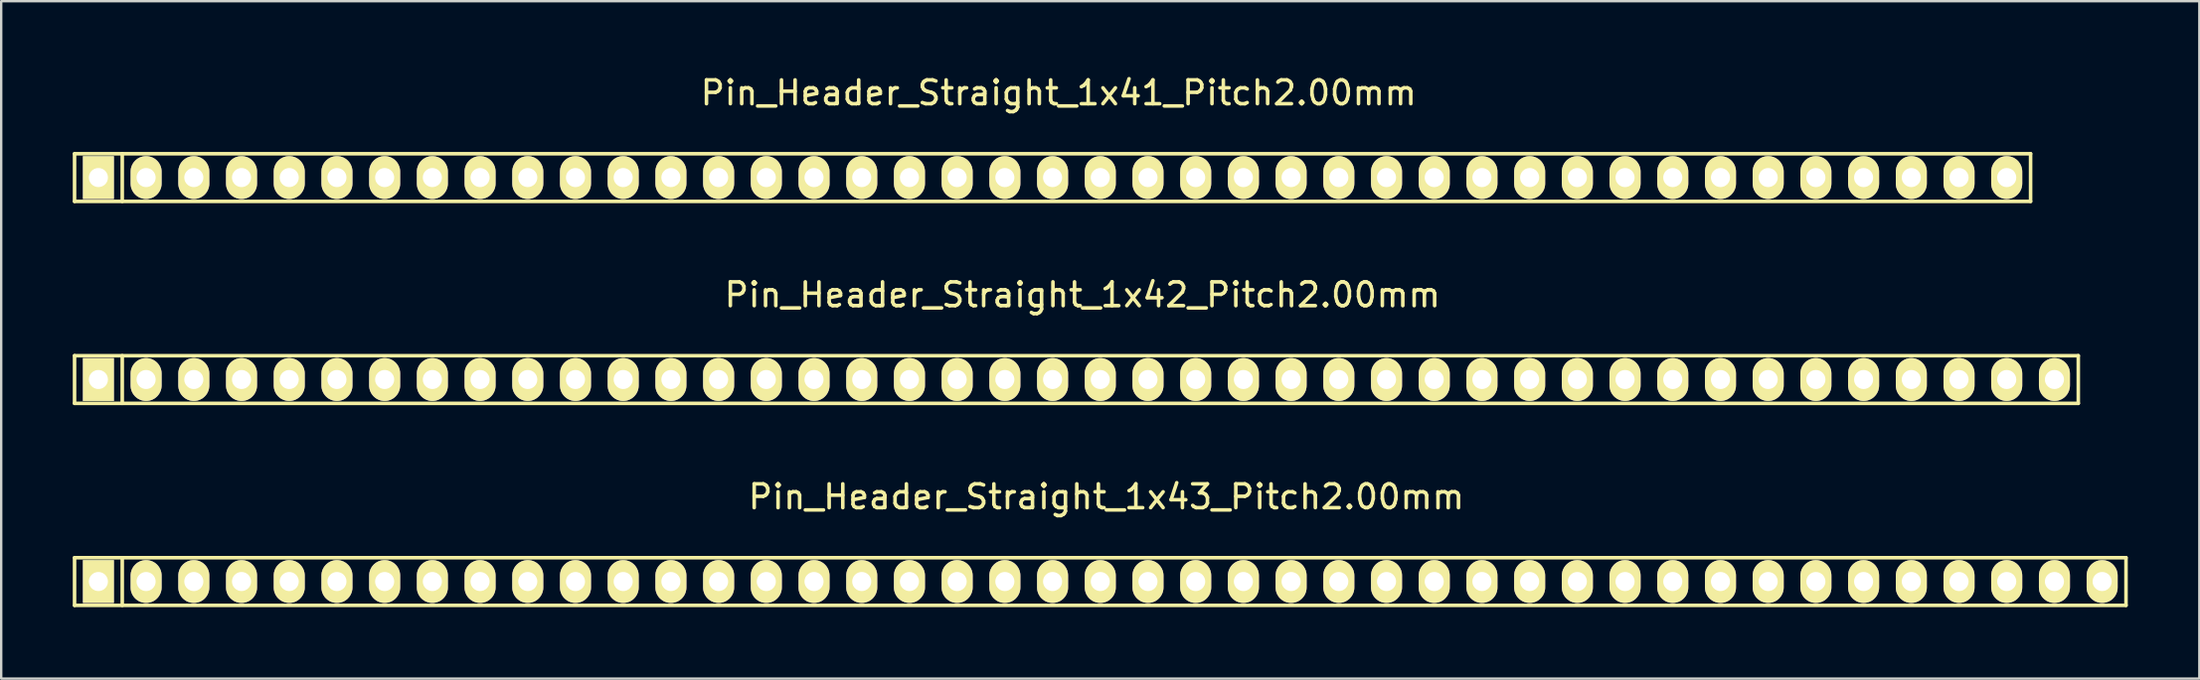
<source format=kicad_pcb>
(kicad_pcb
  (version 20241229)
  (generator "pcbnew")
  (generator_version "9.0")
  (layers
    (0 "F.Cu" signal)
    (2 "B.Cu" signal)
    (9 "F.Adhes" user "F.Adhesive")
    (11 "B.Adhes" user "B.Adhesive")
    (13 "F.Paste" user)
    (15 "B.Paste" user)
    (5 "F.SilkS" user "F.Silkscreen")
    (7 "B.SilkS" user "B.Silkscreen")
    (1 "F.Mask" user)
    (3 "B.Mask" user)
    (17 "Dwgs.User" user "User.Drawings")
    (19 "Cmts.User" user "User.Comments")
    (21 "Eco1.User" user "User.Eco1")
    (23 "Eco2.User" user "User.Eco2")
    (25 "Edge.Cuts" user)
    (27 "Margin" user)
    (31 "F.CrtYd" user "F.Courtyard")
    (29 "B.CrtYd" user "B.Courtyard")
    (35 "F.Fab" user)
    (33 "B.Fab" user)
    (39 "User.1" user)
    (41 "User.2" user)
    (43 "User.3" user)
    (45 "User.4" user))
  (footprint "Pin_Header_Straight_1x43_Pitch2.00mm"
    (layer "F.Cu")
    (at 43.075 21.363)
    (property "Reference" "Pin_Header_Straight_1x43_Pitch2.00mm" (at 0.254 -3.556 0) (layer "F.SilkS") (effects (font (size 1 1) (thickness 0.15))))
    (attr through_hole)
    (fp_line (start -43 -1) (end 43 -1) (stroke (width 0.15) (type solid)) (layer "F.SilkS"))
    (fp_line (start -43 1) (end -43 -1) (stroke (width 0.15) (type solid)) (layer "F.SilkS"))
    (fp_line (start -41 -1) (end -41 1) (stroke (width 0.15) (type solid)) (layer "F.SilkS"))
    (fp_line (start 43 -1) (end 43 1) (stroke (width 0.15) (type solid)) (layer "F.SilkS"))
    (fp_line (start 43 1) (end -43 1) (stroke (width 0.15) (type solid)) (layer "F.SilkS"))
    (pad "1" thru_hole rect (at -42 0) (size 1.3 1.8) (drill 0.8) (layers "*.Cu" "*.Mask" "F.SilkS"))
    (pad "2" thru_hole oval (at -40 0) (size 1.3 1.8) (drill 0.8) (layers "*.Cu" "*.Mask" "F.SilkS"))
    (pad "3" thru_hole oval (at -38 0) (size 1.3 1.8) (drill 0.8) (layers "*.Cu" "*.Mask" "F.SilkS"))
    (pad "4" thru_hole oval (at -36 0) (size 1.3 1.8) (drill 0.8) (layers "*.Cu" "*.Mask" "F.SilkS"))
    (pad "5" thru_hole oval (at -34 0) (size 1.3 1.8) (drill 0.8) (layers "*.Cu" "*.Mask" "F.SilkS"))
    (pad "6" thru_hole oval (at -32 0) (size 1.3 1.8) (drill 0.8) (layers "*.Cu" "*.Mask" "F.SilkS"))
    (pad "7" thru_hole oval (at -30 0) (size 1.3 1.8) (drill 0.8) (layers "*.Cu" "*.Mask" "F.SilkS"))
    (pad "8" thru_hole oval (at -28 0) (size 1.3 1.8) (drill 0.8) (layers "*.Cu" "*.Mask" "F.SilkS"))
    (pad "9" thru_hole oval (at -26 0) (size 1.3 1.8) (drill 0.8) (layers "*.Cu" "*.Mask" "F.SilkS"))
    (pad "10" thru_hole oval (at -24 0) (size 1.3 1.8) (drill 0.8) (layers "*.Cu" "*.Mask" "F.SilkS"))
    (pad "11" thru_hole oval (at -22 0) (size 1.3 1.8) (drill 0.8) (layers "*.Cu" "*.Mask" "F.SilkS"))
    (pad "12" thru_hole oval (at -20 0) (size 1.3 1.8) (drill 0.8) (layers "*.Cu" "*.Mask" "F.SilkS"))
    (pad "13" thru_hole oval (at -18 0) (size 1.3 1.8) (drill 0.8) (layers "*.Cu" "*.Mask" "F.SilkS"))
    (pad "14" thru_hole oval (at -16 0) (size 1.3 1.8) (drill 0.8) (layers "*.Cu" "*.Mask" "F.SilkS"))
    (pad "15" thru_hole oval (at -14 0) (size 1.3 1.8) (drill 0.8) (layers "*.Cu" "*.Mask" "F.SilkS"))
    (pad "16" thru_hole oval (at -12 0) (size 1.3 1.8) (drill 0.8) (layers "*.Cu" "*.Mask" "F.SilkS"))
    (pad "17" thru_hole oval (at -10 0) (size 1.3 1.8) (drill 0.8) (layers "*.Cu" "*.Mask" "F.SilkS"))
    (pad "18" thru_hole oval (at -8 0) (size 1.3 1.8) (drill 0.8) (layers "*.Cu" "*.Mask" "F.SilkS"))
    (pad "19" thru_hole oval (at -6 0) (size 1.3 1.8) (drill 0.8) (layers "*.Cu" "*.Mask" "F.SilkS"))
    (pad "20" thru_hole oval (at -4 0) (size 1.3 1.8) (drill 0.8) (layers "*.Cu" "*.Mask" "F.SilkS"))
    (pad "21" thru_hole oval (at -2 0) (size 1.3 1.8) (drill 0.8) (layers "*.Cu" "*.Mask" "F.SilkS"))
    (pad "22" thru_hole oval (at 0 0) (size 1.3 1.8) (drill 0.8) (layers "*.Cu" "*.Mask" "F.SilkS"))
    (pad "23" thru_hole oval (at 2 0) (size 1.3 1.8) (drill 0.8) (layers "*.Cu" "*.Mask" "F.SilkS"))
    (pad "24" thru_hole oval (at 4 0) (size 1.3 1.8) (drill 0.8) (layers "*.Cu" "*.Mask" "F.SilkS"))
    (pad "25" thru_hole oval (at 6 0) (size 1.3 1.8) (drill 0.8) (layers "*.Cu" "*.Mask" "F.SilkS"))
    (pad "26" thru_hole oval (at 8 0) (size 1.3 1.8) (drill 0.8) (layers "*.Cu" "*.Mask" "F.SilkS"))
    (pad "27" thru_hole oval (at 10 0) (size 1.3 1.8) (drill 0.8) (layers "*.Cu" "*.Mask" "F.SilkS"))
    (pad "28" thru_hole oval (at 12 0) (size 1.3 1.8) (drill 0.8) (layers "*.Cu" "*.Mask" "F.SilkS"))
    (pad "29" thru_hole oval (at 14 0) (size 1.3 1.8) (drill 0.8) (layers "*.Cu" "*.Mask" "F.SilkS"))
    (pad "30" thru_hole oval (at 16 0) (size 1.3 1.8) (drill 0.8) (layers "*.Cu" "*.Mask" "F.SilkS"))
    (pad "31" thru_hole oval (at 18 0) (size 1.3 1.8) (drill 0.8) (layers "*.Cu" "*.Mask" "F.SilkS"))
    (pad "32" thru_hole oval (at 20 0) (size 1.3 1.8) (drill 0.8) (layers "*.Cu" "*.Mask" "F.SilkS"))
    (pad "33" thru_hole oval (at 22 0) (size 1.3 1.8) (drill 0.8) (layers "*.Cu" "*.Mask" "F.SilkS"))
    (pad "34" thru_hole oval (at 24 0) (size 1.3 1.8) (drill 0.8) (layers "*.Cu" "*.Mask" "F.SilkS"))
    (pad "35" thru_hole oval (at 26 0) (size 1.3 1.8) (drill 0.8) (layers "*.Cu" "*.Mask" "F.SilkS"))
    (pad "36" thru_hole oval (at 28 0) (size 1.3 1.8) (drill 0.8) (layers "*.Cu" "*.Mask" "F.SilkS"))
    (pad "37" thru_hole oval (at 30 0) (size 1.3 1.8) (drill 0.8) (layers "*.Cu" "*.Mask" "F.SilkS"))
    (pad "38" thru_hole oval (at 32 0) (size 1.3 1.8) (drill 0.8) (layers "*.Cu" "*.Mask" "F.SilkS"))
    (pad "39" thru_hole oval (at 34 0) (size 1.3 1.8) (drill 0.8) (layers "*.Cu" "*.Mask" "F.SilkS"))
    (pad "40" thru_hole oval (at 36 0) (size 1.3 1.8) (drill 0.8) (layers "*.Cu" "*.Mask" "F.SilkS"))
    (pad "41" thru_hole oval (at 38 0) (size 1.3 1.8) (drill 0.8) (layers "*.Cu" "*.Mask" "F.SilkS"))
    (pad "42" thru_hole oval (at 40 0) (size 1.3 1.8) (drill 0.8) (layers "*.Cu" "*.Mask" "F.SilkS"))
    (pad "43" thru_hole oval (at 42 0) (size 1.3 1.8) (drill 0.8) (layers "*.Cu" "*.Mask" "F.SilkS")))
  (footprint "Pin_Header_Straight_1x42_Pitch2.00mm"
    (layer "F.Cu")
    (at 42.075 12.883)
    (property "Reference" "Pin_Header_Straight_1x42_Pitch2.00mm" (at 0.254 -3.556 0) (layer "F.SilkS") (effects (font (size 1 1) (thickness 0.15))))
    (attr through_hole)
    (fp_line (start -42 -1) (end 42 -1) (stroke (width 0.15) (type solid)) (layer "F.SilkS"))
    (fp_line (start -42 1) (end -42 -1) (stroke (width 0.15) (type solid)) (layer "F.SilkS"))
    (fp_line (start -40 -1) (end -40 1) (stroke (width 0.15) (type solid)) (layer "F.SilkS"))
    (fp_line (start 42 -1) (end 42 1) (stroke (width 0.15) (type solid)) (layer "F.SilkS"))
    (fp_line (start 42 1) (end -42 1) (stroke (width 0.15) (type solid)) (layer "F.SilkS"))
    (pad "1" thru_hole rect (at -41 0) (size 1.3 1.8) (drill 0.8) (layers "*.Cu" "*.Mask" "F.SilkS"))
    (pad "2" thru_hole oval (at -39 0) (size 1.3 1.8) (drill 0.8) (layers "*.Cu" "*.Mask" "F.SilkS"))
    (pad "3" thru_hole oval (at -37 0) (size 1.3 1.8) (drill 0.8) (layers "*.Cu" "*.Mask" "F.SilkS"))
    (pad "4" thru_hole oval (at -35 0) (size 1.3 1.8) (drill 0.8) (layers "*.Cu" "*.Mask" "F.SilkS"))
    (pad "5" thru_hole oval (at -33 0) (size 1.3 1.8) (drill 0.8) (layers "*.Cu" "*.Mask" "F.SilkS"))
    (pad "6" thru_hole oval (at -31 0) (size 1.3 1.8) (drill 0.8) (layers "*.Cu" "*.Mask" "F.SilkS"))
    (pad "7" thru_hole oval (at -29 0) (size 1.3 1.8) (drill 0.8) (layers "*.Cu" "*.Mask" "F.SilkS"))
    (pad "8" thru_hole oval (at -27 0) (size 1.3 1.8) (drill 0.8) (layers "*.Cu" "*.Mask" "F.SilkS"))
    (pad "9" thru_hole oval (at -25 0) (size 1.3 1.8) (drill 0.8) (layers "*.Cu" "*.Mask" "F.SilkS"))
    (pad "10" thru_hole oval (at -23 0) (size 1.3 1.8) (drill 0.8) (layers "*.Cu" "*.Mask" "F.SilkS"))
    (pad "11" thru_hole oval (at -21 0) (size 1.3 1.8) (drill 0.8) (layers "*.Cu" "*.Mask" "F.SilkS"))
    (pad "12" thru_hole oval (at -19 0) (size 1.3 1.8) (drill 0.8) (layers "*.Cu" "*.Mask" "F.SilkS"))
    (pad "13" thru_hole oval (at -17 0) (size 1.3 1.8) (drill 0.8) (layers "*.Cu" "*.Mask" "F.SilkS"))
    (pad "14" thru_hole oval (at -15 0) (size 1.3 1.8) (drill 0.8) (layers "*.Cu" "*.Mask" "F.SilkS"))
    (pad "15" thru_hole oval (at -13 0) (size 1.3 1.8) (drill 0.8) (layers "*.Cu" "*.Mask" "F.SilkS"))
    (pad "16" thru_hole oval (at -11 0) (size 1.3 1.8) (drill 0.8) (layers "*.Cu" "*.Mask" "F.SilkS"))
    (pad "17" thru_hole oval (at -9 0) (size 1.3 1.8) (drill 0.8) (layers "*.Cu" "*.Mask" "F.SilkS"))
    (pad "18" thru_hole oval (at -7 0) (size 1.3 1.8) (drill 0.8) (layers "*.Cu" "*.Mask" "F.SilkS"))
    (pad "19" thru_hole oval (at -5 0) (size 1.3 1.8) (drill 0.8) (layers "*.Cu" "*.Mask" "F.SilkS"))
    (pad "20" thru_hole oval (at -3 0) (size 1.3 1.8) (drill 0.8) (layers "*.Cu" "*.Mask" "F.SilkS"))
    (pad "21" thru_hole oval (at -1 0) (size 1.3 1.8) (drill 0.8) (layers "*.Cu" "*.Mask" "F.SilkS"))
    (pad "22" thru_hole oval (at 1 0) (size 1.3 1.8) (drill 0.8) (layers "*.Cu" "*.Mask" "F.SilkS"))
    (pad "23" thru_hole oval (at 3 0) (size 1.3 1.8) (drill 0.8) (layers "*.Cu" "*.Mask" "F.SilkS"))
    (pad "24" thru_hole oval (at 5 0) (size 1.3 1.8) (drill 0.8) (layers "*.Cu" "*.Mask" "F.SilkS"))
    (pad "25" thru_hole oval (at 7 0) (size 1.3 1.8) (drill 0.8) (layers "*.Cu" "*.Mask" "F.SilkS"))
    (pad "26" thru_hole oval (at 9 0) (size 1.3 1.8) (drill 0.8) (layers "*.Cu" "*.Mask" "F.SilkS"))
    (pad "27" thru_hole oval (at 11 0) (size 1.3 1.8) (drill 0.8) (layers "*.Cu" "*.Mask" "F.SilkS"))
    (pad "28" thru_hole oval (at 13 0) (size 1.3 1.8) (drill 0.8) (layers "*.Cu" "*.Mask" "F.SilkS"))
    (pad "29" thru_hole oval (at 15 0) (size 1.3 1.8) (drill 0.8) (layers "*.Cu" "*.Mask" "F.SilkS"))
    (pad "30" thru_hole oval (at 17 0) (size 1.3 1.8) (drill 0.8) (layers "*.Cu" "*.Mask" "F.SilkS"))
    (pad "31" thru_hole oval (at 19 0) (size 1.3 1.8) (drill 0.8) (layers "*.Cu" "*.Mask" "F.SilkS"))
    (pad "32" thru_hole oval (at 21 0) (size 1.3 1.8) (drill 0.8) (layers "*.Cu" "*.Mask" "F.SilkS"))
    (pad "33" thru_hole oval (at 23 0) (size 1.3 1.8) (drill 0.8) (layers "*.Cu" "*.Mask" "F.SilkS"))
    (pad "34" thru_hole oval (at 25 0) (size 1.3 1.8) (drill 0.8) (layers "*.Cu" "*.Mask" "F.SilkS"))
    (pad "35" thru_hole oval (at 27 0) (size 1.3 1.8) (drill 0.8) (layers "*.Cu" "*.Mask" "F.SilkS"))
    (pad "36" thru_hole oval (at 29 0) (size 1.3 1.8) (drill 0.8) (layers "*.Cu" "*.Mask" "F.SilkS"))
    (pad "37" thru_hole oval (at 31 0) (size 1.3 1.8) (drill 0.8) (layers "*.Cu" "*.Mask" "F.SilkS"))
    (pad "38" thru_hole oval (at 33 0) (size 1.3 1.8) (drill 0.8) (layers "*.Cu" "*.Mask" "F.SilkS"))
    (pad "39" thru_hole oval (at 35 0) (size 1.3 1.8) (drill 0.8) (layers "*.Cu" "*.Mask" "F.SilkS"))
    (pad "40" thru_hole oval (at 37 0) (size 1.3 1.8) (drill 0.8) (layers "*.Cu" "*.Mask" "F.SilkS"))
    (pad "41" thru_hole oval (at 39 0) (size 1.3 1.8) (drill 0.8) (layers "*.Cu" "*.Mask" "F.SilkS"))
    (pad "42" thru_hole oval (at 41 0) (size 1.3 1.8) (drill 0.8) (layers "*.Cu" "*.Mask" "F.SilkS")))
  (footprint "Pin_Header_Straight_1x41_Pitch2.00mm"
    (layer "F.Cu")
    (at 41.075 4.404)
    (property "Reference" "Pin_Header_Straight_1x41_Pitch2.00mm" (at 0.254 -3.556 0) (layer "F.SilkS") (effects (font (size 1 1) (thickness 0.15))))
    (attr through_hole)
    (fp_line (start -41 -1) (end 41 -1) (stroke (width 0.15) (type solid)) (layer "F.SilkS"))
    (fp_line (start -41 1) (end -41 -1) (stroke (width 0.15) (type solid)) (layer "F.SilkS"))
    (fp_line (start -39 -1) (end -39 1) (stroke (width 0.15) (type solid)) (layer "F.SilkS"))
    (fp_line (start 41 -1) (end 41 1) (stroke (width 0.15) (type solid)) (layer "F.SilkS"))
    (fp_line (start 41 1) (end -41 1) (stroke (width 0.15) (type solid)) (layer "F.SilkS"))
    (pad "1" thru_hole rect (at -40 0) (size 1.3 1.8) (drill 0.8) (layers "*.Cu" "*.Mask" "F.SilkS"))
    (pad "2" thru_hole oval (at -38 0) (size 1.3 1.8) (drill 0.8) (layers "*.Cu" "*.Mask" "F.SilkS"))
    (pad "3" thru_hole oval (at -36 0) (size 1.3 1.8) (drill 0.8) (layers "*.Cu" "*.Mask" "F.SilkS"))
    (pad "4" thru_hole oval (at -34 0) (size 1.3 1.8) (drill 0.8) (layers "*.Cu" "*.Mask" "F.SilkS"))
    (pad "5" thru_hole oval (at -32 0) (size 1.3 1.8) (drill 0.8) (layers "*.Cu" "*.Mask" "F.SilkS"))
    (pad "6" thru_hole oval (at -30 0) (size 1.3 1.8) (drill 0.8) (layers "*.Cu" "*.Mask" "F.SilkS"))
    (pad "7" thru_hole oval (at -28 0) (size 1.3 1.8) (drill 0.8) (layers "*.Cu" "*.Mask" "F.SilkS"))
    (pad "8" thru_hole oval (at -26 0) (size 1.3 1.8) (drill 0.8) (layers "*.Cu" "*.Mask" "F.SilkS"))
    (pad "9" thru_hole oval (at -24 0) (size 1.3 1.8) (drill 0.8) (layers "*.Cu" "*.Mask" "F.SilkS"))
    (pad "10" thru_hole oval (at -22 0) (size 1.3 1.8) (drill 0.8) (layers "*.Cu" "*.Mask" "F.SilkS"))
    (pad "11" thru_hole oval (at -20 0) (size 1.3 1.8) (drill 0.8) (layers "*.Cu" "*.Mask" "F.SilkS"))
    (pad "12" thru_hole oval (at -18 0) (size 1.3 1.8) (drill 0.8) (layers "*.Cu" "*.Mask" "F.SilkS"))
    (pad "13" thru_hole oval (at -16 0) (size 1.3 1.8) (drill 0.8) (layers "*.Cu" "*.Mask" "F.SilkS"))
    (pad "14" thru_hole oval (at -14 0) (size 1.3 1.8) (drill 0.8) (layers "*.Cu" "*.Mask" "F.SilkS"))
    (pad "15" thru_hole oval (at -12 0) (size 1.3 1.8) (drill 0.8) (layers "*.Cu" "*.Mask" "F.SilkS"))
    (pad "16" thru_hole oval (at -10 0) (size 1.3 1.8) (drill 0.8) (layers "*.Cu" "*.Mask" "F.SilkS"))
    (pad "17" thru_hole oval (at -8 0) (size 1.3 1.8) (drill 0.8) (layers "*.Cu" "*.Mask" "F.SilkS"))
    (pad "18" thru_hole oval (at -6 0) (size 1.3 1.8) (drill 0.8) (layers "*.Cu" "*.Mask" "F.SilkS"))
    (pad "19" thru_hole oval (at -4 0) (size 1.3 1.8) (drill 0.8) (layers "*.Cu" "*.Mask" "F.SilkS"))
    (pad "20" thru_hole oval (at -2 0) (size 1.3 1.8) (drill 0.8) (layers "*.Cu" "*.Mask" "F.SilkS"))
    (pad "21" thru_hole oval (at 0 0) (size 1.3 1.8) (drill 0.8) (layers "*.Cu" "*.Mask" "F.SilkS"))
    (pad "22" thru_hole oval (at 2 0) (size 1.3 1.8) (drill 0.8) (layers "*.Cu" "*.Mask" "F.SilkS"))
    (pad "23" thru_hole oval (at 4 0) (size 1.3 1.8) (drill 0.8) (layers "*.Cu" "*.Mask" "F.SilkS"))
    (pad "24" thru_hole oval (at 6 0) (size 1.3 1.8) (drill 0.8) (layers "*.Cu" "*.Mask" "F.SilkS"))
    (pad "25" thru_hole oval (at 8 0) (size 1.3 1.8) (drill 0.8) (layers "*.Cu" "*.Mask" "F.SilkS"))
    (pad "26" thru_hole oval (at 10 0) (size 1.3 1.8) (drill 0.8) (layers "*.Cu" "*.Mask" "F.SilkS"))
    (pad "27" thru_hole oval (at 12 0) (size 1.3 1.8) (drill 0.8) (layers "*.Cu" "*.Mask" "F.SilkS"))
    (pad "28" thru_hole oval (at 14 0) (size 1.3 1.8) (drill 0.8) (layers "*.Cu" "*.Mask" "F.SilkS"))
    (pad "29" thru_hole oval (at 16 0) (size 1.3 1.8) (drill 0.8) (layers "*.Cu" "*.Mask" "F.SilkS"))
    (pad "30" thru_hole oval (at 18 0) (size 1.3 1.8) (drill 0.8) (layers "*.Cu" "*.Mask" "F.SilkS"))
    (pad "31" thru_hole oval (at 20 0) (size 1.3 1.8) (drill 0.8) (layers "*.Cu" "*.Mask" "F.SilkS"))
    (pad "32" thru_hole oval (at 22 0) (size 1.3 1.8) (drill 0.8) (layers "*.Cu" "*.Mask" "F.SilkS"))
    (pad "33" thru_hole oval (at 24 0) (size 1.3 1.8) (drill 0.8) (layers "*.Cu" "*.Mask" "F.SilkS"))
    (pad "34" thru_hole oval (at 26 0) (size 1.3 1.8) (drill 0.8) (layers "*.Cu" "*.Mask" "F.SilkS"))
    (pad "35" thru_hole oval (at 28 0) (size 1.3 1.8) (drill 0.8) (layers "*.Cu" "*.Mask" "F.SilkS"))
    (pad "36" thru_hole oval (at 30 0) (size 1.3 1.8) (drill 0.8) (layers "*.Cu" "*.Mask" "F.SilkS"))
    (pad "37" thru_hole oval (at 32 0) (size 1.3 1.8) (drill 0.8) (layers "*.Cu" "*.Mask" "F.SilkS"))
    (pad "38" thru_hole oval (at 34 0) (size 1.3 1.8) (drill 0.8) (layers "*.Cu" "*.Mask" "F.SilkS"))
    (pad "39" thru_hole oval (at 36 0) (size 1.3 1.8) (drill 0.8) (layers "*.Cu" "*.Mask" "F.SilkS"))
    (pad "40" thru_hole oval (at 38 0) (size 1.3 1.8) (drill 0.8) (layers "*.Cu" "*.Mask" "F.SilkS"))
    (pad "41" thru_hole oval (at 40 0) (size 1.3 1.8) (drill 0.8) (layers "*.Cu" "*.Mask" "F.SilkS")))
  (gr_rect
    (start -3 -3)
    (end 89.15 25.438)
    (stroke (width 0.1) (type default))
    (fill no)
    (layer "Edge.Cuts")))
</source>
